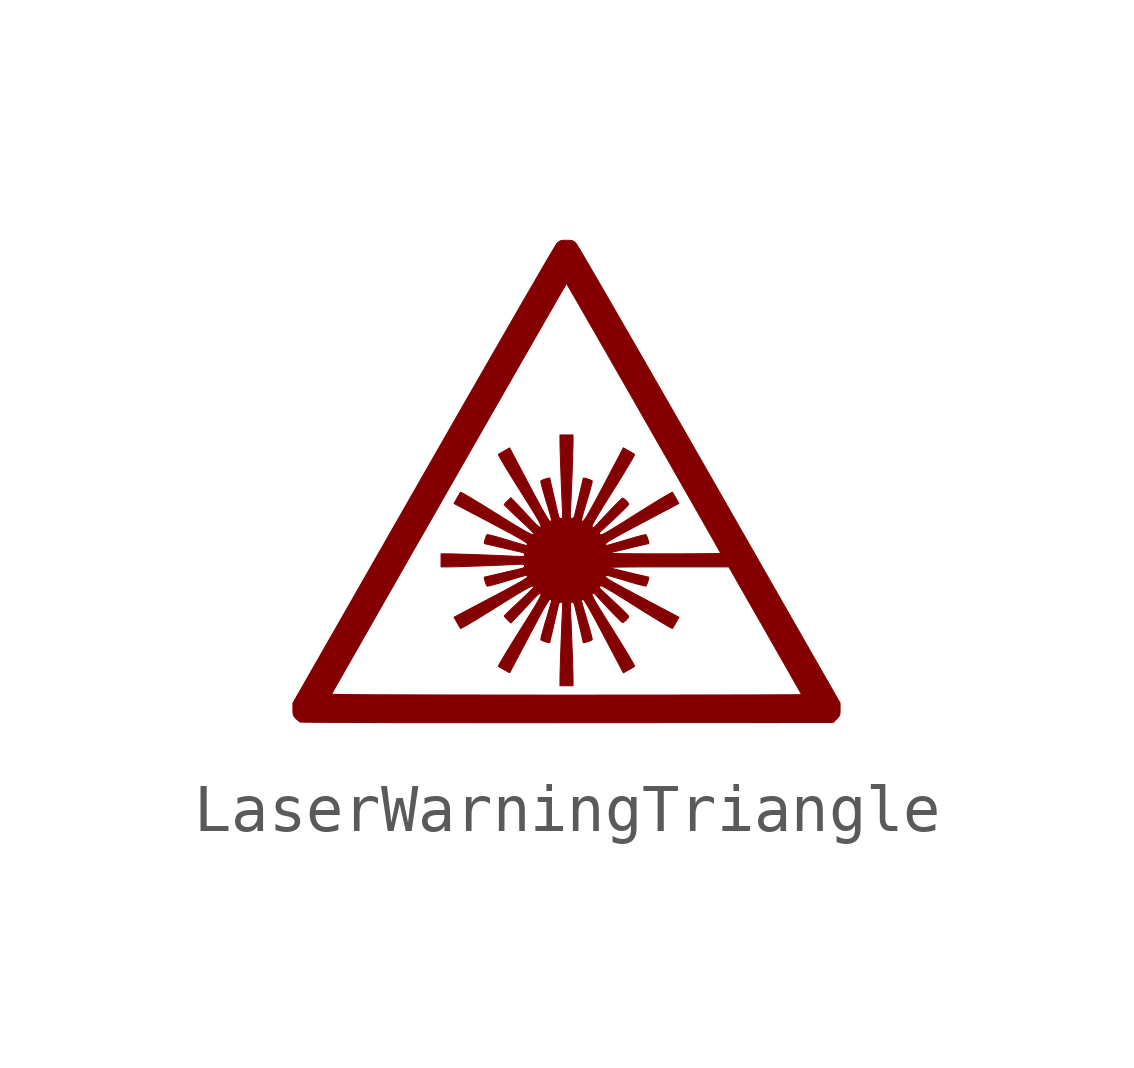
<source format=kicad_sym>
(kicad_symbol_lib
  (version 20211014)
  (generator kicad_symbol_editor)
  (symbol "LaserWarningTriangle"
    (pin_names
      (offset 1.016))
    (property "Reference" "#G"
      (at 0 4.786 0)
      (effects (font (size 1.27 1.27)) hide))
    (symbol "LaserWarningTriangle_0_0"
      (polyline (pts (xy -0.437 -5.125) (xy 0.024 -5.124) (xy 5.556 -5.121) (xy 5.628 -5.048) (xy 5.641 -5.035) (xy 5.675 -4.997) (xy 5.693 -4.962) (xy 5.7 -4.915) (xy 5.701 -4.844) (xy 5.7 -4.714) (xy 2.983 0.039) (xy 2.92 0.148) (xy 2.687 0.556) (xy 2.46 0.953) (xy 2.239 1.339) (xy 2.025 1.711) (xy 1.82 2.069) (xy 1.623 2.412) (xy 1.435 2.738) (xy 1.258 3.045) (xy 1.092 3.333) (xy 0.938 3.6) (xy 0.796 3.846) (xy 0.668 4.067) (xy 0.553 4.265) (xy 0.453 4.436) (xy 0.369 4.58) (xy 0.3 4.696) (xy 0.249 4.782) (xy 0.215 4.837) (xy 0.2 4.859) (xy 0.188 4.872) (xy 0.153 4.903) (xy 0.119 4.919) (xy 0.072 4.926) (xy 0 4.927) (xy -0.026 4.927) (xy -0.089 4.925) (xy -0.131 4.915) (xy -0.163 4.895) (xy -0.2 4.859) (xy -0.203 4.857) (xy -0.223 4.825) (xy -0.261 4.762) (xy -0.317 4.668) (xy -0.39 4.545) (xy -0.478 4.393) (xy -0.582 4.215) (xy -0.7 4.011) (xy -0.833 3.783) (xy -0.978 3.532) (xy -1.135 3.259) (xy -1.304 2.965) (xy -1.484 2.653) (xy -1.674 2.323) (xy -1.873 1.976) (xy -2.081 1.614) (xy -2.297 1.238) (xy -2.519 0.849) (xy -2.748 0.449) (xy -2.983 0.039) (xy -5.595 -4.531) (xy -4.895 -4.531) (xy -4.885 -4.512) (xy -4.856 -4.461) (xy -4.811 -4.38) (xy -4.749 -4.271) (xy -4.671 -4.135) (xy -4.58 -3.975) (xy -4.475 -3.791) (xy -4.358 -3.586) (xy -4.23 -3.361) (xy -4.091 -3.118) (xy -3.943 -2.858) (xy -3.787 -2.584) (xy -3.623 -2.298) (xy -3.453 -2) (xy -3.278 -1.692) (xy -3.098 -1.378) (xy -2.914 -1.057) (xy -2.728 -0.732) (xy -2.541 -0.404) (xy -2.353 -0.076) (xy -2.166 0.252) (xy -1.98 0.577) (xy -1.796 0.897) (xy -1.617 1.212) (xy -1.441 1.518) (xy -1.271 1.815) (xy -1.107 2.101) (xy -0.951 2.374) (xy -0.803 2.632) (xy -0.664 2.874) (xy -0.536 3.097) (xy -0.419 3.301) (xy -0.314 3.483) (xy -0.223 3.642) (xy -0.146 3.776) (xy -0.084 3.883) (xy -0.038 3.961) (xy -0.01 4.01) (xy 0 4.026) (xy 0.004 4.02) (xy 0.026 3.984) (xy 0.064 3.918) (xy 0.119 3.824) (xy 0.189 3.704) (xy 0.272 3.56) (xy 0.367 3.394) (xy 0.473 3.208) (xy 0.59 3.006) (xy 0.715 2.787) (xy 0.848 2.556) (xy 0.987 2.313) (xy 1.131 2.062) (xy 1.279 1.804) (xy 1.429 1.541) (xy 1.581 1.275) (xy 1.733 1.009) (xy 1.884 0.744) (xy 2.033 0.484) (xy 2.179 0.229) (xy 2.32 -0.018) (xy 2.454 -0.255) (xy 2.582 -0.479) (xy 2.702 -0.689) (xy 2.812 -0.882) (xy 2.911 -1.057) (xy 2.999 -1.211) (xy 3.073 -1.342) (xy 3.133 -1.448) (xy 3.177 -1.527) (xy 3.204 -1.577) (xy 3.214 -1.595) (xy 3.214 -1.595) (xy 3.193 -1.597) (xy 3.137 -1.599) (xy 3.049 -1.601) (xy 2.933 -1.603) (xy 2.791 -1.604) (xy 2.628 -1.605) (xy 2.446 -1.606) (xy 2.248 -1.607) (xy 2.039 -1.607) (xy 2.027 -1.607) (xy 1.818 -1.607) (xy 1.623 -1.606) (xy 1.442 -1.605) (xy 1.281 -1.604) (xy 1.142 -1.603) (xy 1.029 -1.601) (xy 0.945 -1.6) (xy 0.892 -1.598) (xy 0.876 -1.596) (xy 0.877 -1.595) (xy 0.906 -1.587) (xy 0.964 -1.572) (xy 1.045 -1.551) (xy 1.142 -1.528) (xy 1.248 -1.502) (xy 1.357 -1.475) (xy 1.463 -1.45) (xy 1.558 -1.428) (xy 1.636 -1.41) (xy 1.69 -1.398) (xy 1.714 -1.394) (xy 1.716 -1.39) (xy 1.713 -1.361) (xy 1.7 -1.316) (xy 1.684 -1.266) (xy 1.667 -1.226) (xy 1.654 -1.207) (xy 1.65 -1.206) (xy 1.616 -1.212) (xy 1.552 -1.228) (xy 1.465 -1.251) (xy 1.36 -1.281) (xy 1.243 -1.315) (xy 1.208 -1.326) (xy 1.094 -1.36) (xy 0.994 -1.389) (xy 0.913 -1.412) (xy 0.858 -1.427) (xy 0.834 -1.433) (xy 0.823 -1.427) (xy 0.813 -1.399) (xy 0.821 -1.388) (xy 0.849 -1.365) (xy 0.901 -1.331) (xy 0.979 -1.286) (xy 1.083 -1.227) (xy 1.217 -1.154) (xy 1.381 -1.066) (xy 1.578 -0.961) (xy 2.343 -0.557) (xy 2.282 -0.448) (xy 2.251 -0.395) (xy 2.223 -0.347) (xy 2.207 -0.324) (xy 2.195 -0.327) (xy 2.154 -0.349) (xy 2.086 -0.388) (xy 1.994 -0.442) (xy 1.882 -0.509) (xy 1.754 -0.588) (xy 1.612 -0.676) (xy 1.46 -0.771) (xy 1.312 -0.864) (xy 1.16 -0.96) (xy 1.035 -1.037) (xy 0.935 -1.098) (xy 0.857 -1.143) (xy 0.798 -1.176) (xy 0.755 -1.198) (xy 0.726 -1.209) (xy 0.708 -1.211) (xy 0.698 -1.207) (xy 0.683 -1.19) (xy 0.686 -1.169) (xy 0.717 -1.136) (xy 0.744 -1.111) (xy 0.794 -1.064) (xy 0.863 -1) (xy 0.943 -0.924) (xy 1.031 -0.843) (xy 1.032 -0.842) (xy 1.116 -0.762) (xy 1.188 -0.691) (xy 1.246 -0.633) (xy 1.284 -0.592) (xy 1.297 -0.572) (xy 1.295 -0.563) (xy 1.273 -0.53) (xy 1.236 -0.491) (xy 1.197 -0.459) (xy 1.168 -0.445) (xy 1.159 -0.451) (xy 1.127 -0.48) (xy 1.075 -0.53) (xy 1.009 -0.597) (xy 0.934 -0.674) (xy 0.853 -0.759) (xy 0.772 -0.845) (xy 0.694 -0.929) (xy 0.625 -1.006) (xy 0.623 -1.009) (xy 0.585 -1.047) (xy 0.559 -1.059) (xy 0.536 -1.049) (xy 0.532 -1.041) (xy 0.533 -1.024) (xy 0.543 -0.998) (xy 0.562 -0.958) (xy 0.592 -0.902) (xy 0.636 -0.828) (xy 0.694 -0.732) (xy 0.768 -0.611) (xy 0.86 -0.464) (xy 0.971 -0.287) (xy 1.047 -0.166) (xy 1.137 -0.021) (xy 1.217 0.111) (xy 1.287 0.227) (xy 1.344 0.324) (xy 1.387 0.398) (xy 1.412 0.447) (xy 1.419 0.465) (xy 1.399 0.479) (xy 1.353 0.507) (xy 1.294 0.541) (xy 1.185 0.602) (xy 0.781 -0.164) (xy 0.693 -0.33) (xy 0.602 -0.5) (xy 0.527 -0.638) (xy 0.466 -0.748) (xy 0.418 -0.83) (xy 0.382 -0.886) (xy 0.358 -0.918) (xy 0.344 -0.929) (xy 0.326 -0.926) (xy 0.31 -0.908) (xy 0.31 -0.905) (xy 0.319 -0.871) (xy 0.336 -0.808) (xy 0.361 -0.721) (xy 0.392 -0.617) (xy 0.427 -0.5) (xy 0.438 -0.466) (xy 0.471 -0.352) (xy 0.499 -0.252) (xy 0.52 -0.17) (xy 0.533 -0.114) (xy 0.536 -0.089) (xy 0.53 -0.083) (xy 0.499 -0.067) (xy 0.452 -0.05) (xy 0.403 -0.036) (xy 0.364 -0.028) (xy 0.348 -0.032) (xy 0.348 -0.033) (xy 0.343 -0.058) (xy 0.33 -0.114) (xy 0.311 -0.196) (xy 0.288 -0.297) (xy 0.261 -0.411) (xy 0.259 -0.423) (xy 0.231 -0.54) (xy 0.207 -0.645) (xy 0.186 -0.733) (xy 0.172 -0.796) (xy 0.164 -0.828) (xy 0.152 -0.854) (xy 0.115 -0.871) (xy 0.102 -0.87) (xy 0.089 -0.863) (xy 0.083 -0.844) (xy 0.08 -0.805) (xy 0.082 -0.74) (xy 0.086 -0.644) (xy 0.087 -0.64) (xy 0.093 -0.509) (xy 0.099 -0.361) (xy 0.106 -0.201) (xy 0.113 -0.035) (xy 0.119 0.129) (xy 0.124 0.287) (xy 0.129 0.43) (xy 0.132 0.555) (xy 0.135 0.653) (xy 0.136 0.719) (xy 0.136 0.871) (xy -0.136 0.871) (xy -0.136 0.717) (xy -0.135 0.65) (xy -0.132 0.551) (xy -0.129 0.426) (xy -0.124 0.282) (xy -0.118 0.124) (xy -0.112 -0.041) (xy -0.106 -0.206) (xy -0.099 -0.366) (xy -0.093 -0.514) (xy -0.087 -0.644) (xy -0.083 -0.719) (xy -0.081 -0.791) (xy -0.082 -0.836) (xy -0.087 -0.86) (xy -0.098 -0.869) (xy -0.115 -0.871) (xy -0.141 -0.864) (xy -0.164 -0.828) (xy -0.173 -0.792) (xy -0.194 -0.701) (xy -0.218 -0.597) (xy -0.244 -0.485) (xy -0.27 -0.373) (xy -0.294 -0.268) (xy -0.316 -0.174) (xy -0.333 -0.099) (xy -0.344 -0.048) (xy -0.348 -0.029) (xy -0.353 -0.026) (xy -0.381 -0.03) (xy -0.427 -0.042) (xy -0.476 -0.059) (xy -0.517 -0.076) (xy -0.536 -0.089) (xy -0.536 -0.093) (xy -0.531 -0.127) (xy -0.515 -0.191) (xy -0.492 -0.278) (xy -0.462 -0.383) (xy -0.427 -0.5) (xy -0.417 -0.533) (xy -0.383 -0.647) (xy -0.353 -0.748) (xy -0.33 -0.828) (xy -0.315 -0.884) (xy -0.31 -0.908) (xy -0.315 -0.919) (xy -0.344 -0.929) (xy -0.355 -0.922) (xy -0.377 -0.893) (xy -0.411 -0.841) (xy -0.457 -0.764) (xy -0.515 -0.659) (xy -0.588 -0.526) (xy -0.677 -0.361) (xy -0.781 -0.164) (xy -1.185 0.601) (xy -1.294 0.539) (xy -1.348 0.509) (xy -1.395 0.481) (xy -1.419 0.465) (xy -1.415 0.453) (xy -1.394 0.411) (xy -1.355 0.343) (xy -1.301 0.251) (xy -1.234 0.14) (xy -1.155 0.011) (xy -1.067 -0.131) (xy -0.972 -0.283) (xy -0.892 -0.409) (xy -0.794 -0.565) (xy -0.715 -0.694) (xy -0.651 -0.797) (xy -0.604 -0.878) (xy -0.569 -0.939) (xy -0.547 -0.984) (xy -0.534 -1.014) (xy -0.531 -1.034) (xy -0.535 -1.044) (xy -0.54 -1.049) (xy -0.556 -1.052) (xy -0.579 -1.04) (xy -0.615 -1.01) (xy -0.667 -0.958) (xy -0.74 -0.88) (xy -0.816 -0.798) (xy -0.9 -0.709) (xy -0.978 -0.626) (xy -1.039 -0.561) (xy -1.159 -0.436) (xy -1.228 -0.502) (xy -1.252 -0.526) (xy -1.284 -0.562) (xy -1.297 -0.582) (xy -1.295 -0.586) (xy -1.27 -0.613) (xy -1.224 -0.659) (xy -1.158 -0.723) (xy -1.078 -0.799) (xy -0.988 -0.883) (xy -0.949 -0.919) (xy -0.863 -1.001) (xy -0.788 -1.073) (xy -0.73 -1.13) (xy -0.692 -1.169) (xy -0.678 -1.186) (xy -0.681 -1.2) (xy -0.695 -1.206) (xy -0.721 -1.202) (xy -0.762 -1.186) (xy -0.82 -1.156) (xy -0.899 -1.112) (xy -1 -1.053) (xy -1.127 -0.976) (xy -1.28 -0.881) (xy -1.464 -0.766) (xy -1.578 -0.695) (xy -1.722 -0.605) (xy -1.854 -0.525) (xy -1.97 -0.455) (xy -2.067 -0.398) (xy -2.14 -0.356) (xy -2.188 -0.33) (xy -2.207 -0.323) (xy -2.221 -0.344) (xy -2.248 -0.389) (xy -2.282 -0.448) (xy -2.343 -0.558) (xy -1.578 -0.961) (xy -1.406 -1.053) (xy -1.237 -1.143) (xy -1.1 -1.218) (xy -0.992 -1.278) (xy -0.911 -1.325) (xy -0.855 -1.361) (xy -0.824 -1.385) (xy -0.813 -1.399) (xy -0.816 -1.417) (xy -0.834 -1.433) (xy -0.837 -1.432) (xy -0.871 -1.424) (xy -0.933 -1.406) (xy -1.02 -1.381) (xy -1.125 -1.35) (xy -1.241 -1.315) (xy -1.275 -1.305) (xy -1.389 -1.271) (xy -1.49 -1.243) (xy -1.571 -1.222) (xy -1.627 -1.209) (xy -1.653 -1.206) (xy -1.659 -1.212) (xy -1.675 -1.244) (xy -1.692 -1.29) (xy -1.707 -1.339) (xy -1.714 -1.378) (xy -1.711 -1.394) (xy -1.71 -1.394) (xy -1.684 -1.399) (xy -1.628 -1.412) (xy -1.546 -1.431) (xy -1.445 -1.454) (xy -1.331 -1.481) (xy -1.319 -1.484) (xy -1.202 -1.511) (xy -1.097 -1.536) (xy -1.01 -1.556) (xy -0.947 -1.571) (xy -0.915 -1.578) (xy -0.888 -1.591) (xy -0.871 -1.628) (xy -0.872 -1.641) (xy -0.879 -1.653) (xy -0.899 -1.66) (xy -0.938 -1.662) (xy -1.002 -1.66) (xy -1.099 -1.656) (xy -1.103 -1.656) (xy -1.233 -1.649) (xy -1.381 -1.643) (xy -1.541 -1.636) (xy -1.707 -1.63) (xy -1.871 -1.624) (xy -2.029 -1.618) (xy -2.173 -1.614) (xy -2.297 -1.61) (xy -2.395 -1.608) (xy -2.461 -1.607) (xy -2.614 -1.607) (xy -2.614 -1.878) (xy -2.459 -1.878) (xy -2.393 -1.877) (xy -2.293 -1.875) (xy -2.169 -1.871) (xy -2.024 -1.866) (xy -1.866 -1.861) (xy -1.702 -1.855) (xy -1.536 -1.848) (xy -1.376 -1.842) (xy -1.228 -1.835) (xy -1.099 -1.829) (xy -1.024 -1.825) (xy -0.952 -1.823) (xy -0.907 -1.824) (xy -0.883 -1.83) (xy -0.873 -1.84) (xy -0.871 -1.857) (xy -0.878 -1.883) (xy -0.915 -1.907) (xy -0.916 -1.907) (xy -0.952 -1.915) (xy -1.017 -1.931) (xy -1.107 -1.952) (xy -1.214 -1.976) (xy -1.331 -2.004) (xy -1.349 -2.008) (xy -1.462 -2.034) (xy -1.56 -2.057) (xy -1.639 -2.075) (xy -1.69 -2.087) (xy -1.711 -2.091) (xy -1.714 -2.095) (xy -1.712 -2.123) (xy -1.7 -2.169) (xy -1.684 -2.218) (xy -1.667 -2.259) (xy -1.653 -2.279) (xy -1.649 -2.279) (xy -1.615 -2.273) (xy -1.551 -2.258) (xy -1.463 -2.235) (xy -1.358 -2.205) (xy -1.241 -2.17) (xy -1.208 -2.16) (xy -1.094 -2.125) (xy -0.994 -2.096) (xy -0.913 -2.073) (xy -0.858 -2.058) (xy -0.834 -2.052) (xy -0.823 -2.057) (xy -0.813 -2.086) (xy -0.821 -2.098) (xy -0.85 -2.12) (xy -0.902 -2.154) (xy -0.979 -2.2) (xy -1.084 -2.258) (xy -1.217 -2.331) (xy -1.381 -2.419) (xy -1.578 -2.523) (xy -2.343 -2.927) (xy -2.282 -3.037) (xy -2.251 -3.09) (xy -2.223 -3.137) (xy -2.207 -3.161) (xy -2.196 -3.158) (xy -2.155 -3.137) (xy -2.088 -3.099) (xy -1.996 -3.046) (xy -1.885 -2.979) (xy -1.757 -2.901) (xy -1.616 -2.814) (xy -1.464 -2.719) (xy -1.295 -2.613) (xy -1.138 -2.516) (xy -1.01 -2.438) (xy -0.907 -2.377) (xy -0.826 -2.332) (xy -0.766 -2.301) (xy -0.723 -2.284) (xy -0.696 -2.279) (xy -0.682 -2.284) (xy -0.678 -2.298) (xy -0.68 -2.302) (xy -0.705 -2.329) (xy -0.752 -2.376) (xy -0.817 -2.44) (xy -0.897 -2.516) (xy -0.988 -2.601) (xy -1.026 -2.637) (xy -1.113 -2.719) (xy -1.187 -2.79) (xy -1.246 -2.847) (xy -1.284 -2.886) (xy -1.297 -2.902) (xy -1.293 -2.911) (xy -1.268 -2.941) (xy -1.228 -2.982) (xy -1.159 -3.049) (xy -1.039 -2.923) (xy -0.981 -2.862) (xy -0.903 -2.78) (xy -0.82 -2.691) (xy -0.74 -2.605) (xy -0.708 -2.57) (xy -0.643 -2.503) (xy -0.599 -2.46) (xy -0.568 -2.438) (xy -0.549 -2.433) (xy -0.535 -2.44) (xy -0.532 -2.447) (xy -0.533 -2.463) (xy -0.542 -2.49) (xy -0.561 -2.53) (xy -0.592 -2.586) (xy -0.635 -2.661) (xy -0.694 -2.757) (xy -0.768 -2.877) (xy -0.86 -3.025) (xy -0.972 -3.202) (xy -1.046 -3.321) (xy -1.136 -3.465) (xy -1.217 -3.597) (xy -1.287 -3.712) (xy -1.344 -3.809) (xy -1.387 -3.883) (xy -1.412 -3.931) (xy -1.419 -3.949) (xy -1.399 -3.963) (xy -1.353 -3.99) (xy -1.294 -4.024) (xy -1.185 -4.085) (xy -0.781 -3.321) (xy -0.693 -3.155) (xy -0.602 -2.985) (xy -0.527 -2.846) (xy -0.466 -2.737) (xy -0.418 -2.655) (xy -0.382 -2.599) (xy -0.358 -2.566) (xy -0.344 -2.556) (xy -0.326 -2.559) (xy -0.31 -2.577) (xy -0.31 -2.58) (xy -0.319 -2.614) (xy -0.336 -2.677) (xy -0.361 -2.763) (xy -0.392 -2.868) (xy -0.427 -2.985) (xy -0.438 -3.018) (xy -0.471 -3.132) (xy -0.499 -3.233) (xy -0.521 -3.314) (xy -0.533 -3.37) (xy -0.536 -3.395) (xy -0.53 -3.401) (xy -0.499 -3.417) (xy -0.452 -3.435) (xy -0.403 -3.45) (xy -0.364 -3.458) (xy -0.348 -3.455) (xy -0.348 -3.451) (xy -0.34 -3.417) (xy -0.326 -3.354) (xy -0.306 -3.27) (xy -0.283 -3.17) (xy -0.258 -3.06) (xy -0.232 -2.948) (xy -0.207 -2.839) (xy -0.184 -2.74) (xy -0.164 -2.657) (xy -0.152 -2.63) (xy -0.115 -2.614) (xy -0.102 -2.614) (xy -0.089 -2.621) (xy -0.083 -2.641) (xy -0.081 -2.68) (xy -0.082 -2.744) (xy -0.087 -2.841) (xy -0.087 -2.845) (xy -0.093 -2.975) (xy -0.1 -3.124) (xy -0.106 -3.284) (xy -0.113 -3.449) (xy -0.119 -3.614) (xy -0.124 -3.771) (xy -0.129 -3.915) (xy -0.132 -4.039) (xy -0.135 -4.138) (xy -0.136 -4.203) (xy -0.136 -4.356) (xy 0.136 -4.356) (xy 0.136 -4.202) (xy 0.135 -4.135) (xy 0.132 -4.036) (xy 0.129 -3.911) (xy 0.124 -3.767) (xy 0.118 -3.609) (xy 0.112 -3.444) (xy 0.106 -3.279) (xy 0.099 -3.119) (xy 0.093 -2.971) (xy 0.086 -2.841) (xy 0.083 -2.766) (xy 0.081 -2.694) (xy 0.082 -2.649) (xy 0.087 -2.625) (xy 0.098 -2.615) (xy 0.115 -2.614) (xy 0.141 -2.621) (xy 0.164 -2.657) (xy 0.165 -2.659) (xy 0.173 -2.694) (xy 0.188 -2.76) (xy 0.209 -2.849) (xy 0.234 -2.956) (xy 0.261 -3.073) (xy 0.266 -3.092) (xy 0.292 -3.204) (xy 0.315 -3.303) (xy 0.333 -3.381) (xy 0.344 -3.433) (xy 0.348 -3.453) (xy 0.352 -3.456) (xy 0.381 -3.454) (xy 0.426 -3.443) (xy 0.476 -3.427) (xy 0.517 -3.409) (xy 0.536 -3.395) (xy 0.536 -3.392) (xy 0.531 -3.358) (xy 0.515 -3.294) (xy 0.492 -3.207) (xy 0.462 -3.102) (xy 0.427 -2.985) (xy 0.417 -2.951) (xy 0.383 -2.837) (xy 0.353 -2.737) (xy 0.33 -2.656) (xy 0.315 -2.601) (xy 0.31 -2.577) (xy 0.315 -2.566) (xy 0.344 -2.556) (xy 0.355 -2.563) (xy 0.378 -2.592) (xy 0.411 -2.644) (xy 0.457 -2.722) (xy 0.516 -2.826) (xy 0.589 -2.96) (xy 0.677 -3.124) (xy 0.781 -3.321) (xy 1.185 -4.086) (xy 1.294 -4.025) (xy 1.348 -3.995) (xy 1.395 -3.966) (xy 1.419 -3.95) (xy 1.415 -3.938) (xy 1.394 -3.895) (xy 1.355 -3.826) (xy 1.3 -3.734) (xy 1.233 -3.622) (xy 1.154 -3.493) (xy 1.066 -3.35) (xy 0.971 -3.198) (xy 0.871 -3.038) (xy 0.777 -2.888) (xy 0.701 -2.765) (xy 0.641 -2.666) (xy 0.596 -2.59) (xy 0.564 -2.532) (xy 0.544 -2.49) (xy 0.534 -2.462) (xy 0.532 -2.445) (xy 0.536 -2.436) (xy 0.538 -2.435) (xy 0.56 -2.425) (xy 0.586 -2.439) (xy 0.625 -2.479) (xy 0.668 -2.527) (xy 0.743 -2.609) (xy 0.824 -2.695) (xy 0.905 -2.781) (xy 0.983 -2.861) (xy 1.053 -2.932) (xy 1.11 -2.989) (xy 1.15 -3.026) (xy 1.168 -3.039) (xy 1.177 -3.037) (xy 1.211 -3.015) (xy 1.25 -2.979) (xy 1.283 -2.941) (xy 1.297 -2.913) (xy 1.297 -2.913) (xy 1.283 -2.893) (xy 1.245 -2.851) (xy 1.187 -2.792) (xy 1.115 -2.721) (xy 1.031 -2.642) (xy 0.949 -2.565) (xy 0.868 -2.49) (xy 0.798 -2.425) (xy 0.746 -2.376) (xy 0.717 -2.349) (xy 0.691 -2.322) (xy 0.682 -2.299) (xy 0.698 -2.277) (xy 0.706 -2.274) (xy 0.723 -2.275) (xy 0.75 -2.285) (xy 0.79 -2.304) (xy 0.846 -2.335) (xy 0.92 -2.378) (xy 1.016 -2.436) (xy 1.136 -2.51) (xy 1.283 -2.602) (xy 1.46 -2.714) (xy 1.578 -2.788) (xy 1.723 -2.878) (xy 1.855 -2.959) (xy 1.97 -3.029) (xy 2.067 -3.086) (xy 2.141 -3.129) (xy 2.189 -3.154) (xy 2.207 -3.161) (xy 2.221 -3.141) (xy 2.248 -3.095) (xy 2.282 -3.037) (xy 2.343 -2.927) (xy 1.578 -2.523) (xy 1.413 -2.436) (xy 1.243 -2.345) (xy 1.104 -2.269) (xy 0.994 -2.208) (xy 0.912 -2.16) (xy 0.856 -2.125) (xy 0.824 -2.1) (xy 0.813 -2.086) (xy 0.816 -2.068) (xy 0.834 -2.052) (xy 0.837 -2.053) (xy 0.871 -2.061) (xy 0.934 -2.078) (xy 1.021 -2.103) (xy 1.126 -2.134) (xy 1.243 -2.169) (xy 1.278 -2.18) (xy 1.392 -2.213) (xy 1.492 -2.241) (xy 1.573 -2.263) (xy 1.629 -2.275) (xy 1.654 -2.278) (xy 1.66 -2.272) (xy 1.675 -2.241) (xy 1.692 -2.195) (xy 1.707 -2.146) (xy 1.716 -2.107) (xy 1.714 -2.091) (xy 1.711 -2.091) (xy 1.678 -2.084) (xy 1.617 -2.07) (xy 1.534 -2.051) (xy 1.436 -2.028) (xy 1.329 -2.002) (xy 1.22 -1.976) (xy 1.115 -1.951) (xy 1.022 -1.927) (xy 0.946 -1.909) (xy 0.895 -1.895) (xy 0.876 -1.889) (xy 0.878 -1.888) (xy 0.908 -1.886) (xy 0.973 -1.885) (xy 1.07 -1.883) (xy 1.194 -1.881) (xy 1.343 -1.88) (xy 1.514 -1.879) (xy 1.703 -1.879) (xy 1.907 -1.878) (xy 2.124 -1.878) (xy 3.383 -1.878) (xy 4.14 -3.204) (xy 4.178 -3.27) (xy 4.295 -3.475) (xy 4.406 -3.67) (xy 4.51 -3.852) (xy 4.604 -4.018) (xy 4.688 -4.165) (xy 4.76 -4.292) (xy 4.818 -4.396) (xy 4.862 -4.473) (xy 4.889 -4.522) (xy 4.898 -4.54) (xy 4.894 -4.54) (xy 4.856 -4.541) (xy 4.783 -4.542) (xy 4.675 -4.543) (xy 4.533 -4.543) (xy 4.361 -4.544) (xy 4.158 -4.545) (xy 3.927 -4.546) (xy 3.67 -4.546) (xy 3.388 -4.547) (xy 3.083 -4.547) (xy 2.756 -4.548) (xy 2.409 -4.548) (xy 2.044 -4.549) (xy 1.662 -4.549) (xy 1.264 -4.549) (xy 0.854 -4.549) (xy 0.431 -4.55) (xy -0.384 -4.55) (xy -0.907 -4.549) (xy -1.401 -4.549) (xy -1.865 -4.548) (xy -2.299 -4.548) (xy -2.701 -4.547) (xy -3.072 -4.546) (xy -3.41 -4.545) (xy -3.716 -4.544) (xy -3.988 -4.543) (xy -4.225 -4.542) (xy -4.428 -4.54) (xy -4.595 -4.539) (xy -4.726 -4.537) (xy -4.82 -4.535) (xy -4.876 -4.533) (xy -4.895 -4.531) (xy -5.595 -4.531) (xy -5.7 -4.714) (xy -5.701 -4.843) (xy -5.7 -4.913) (xy -5.692 -4.961) (xy -5.675 -4.997) (xy -5.643 -5.034) (xy -5.63 -5.048) (xy -5.584 -5.088) (xy -5.547 -5.112) (xy -5.537 -5.113) (xy -5.491 -5.114) (xy -5.409 -5.115) (xy -5.293 -5.116) (xy -5.143 -5.117) (xy -4.962 -5.119) (xy -4.75 -5.12) (xy -4.511 -5.12) (xy -4.244 -5.121) (xy -3.952 -5.122) (xy -3.636 -5.123) (xy -3.298 -5.123) (xy -2.939 -5.124) (xy -2.561 -5.124) (xy -2.165 -5.124) (xy -1.753 -5.125) (xy -1.327 -5.125) (xy -0.888 -5.125) (xy -0.437 -5.125)) (stroke (width 0.01) (type default) (color 0 0 0 0)) (fill (type outline))))))
</source>
